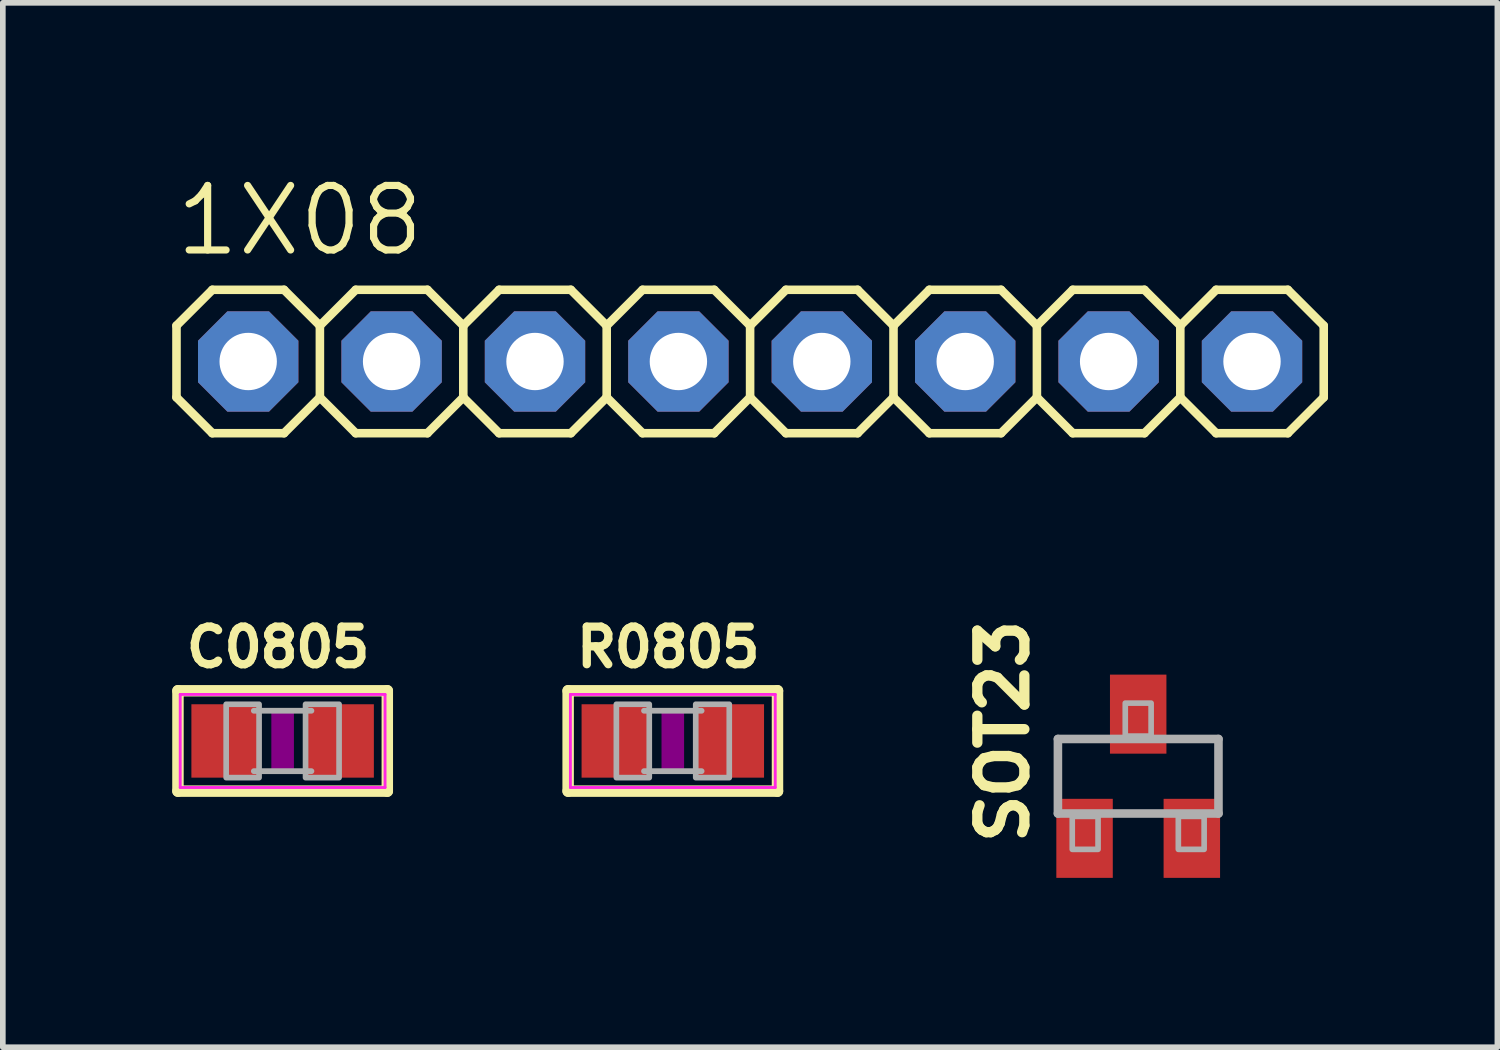
<source format=kicad_pcb>
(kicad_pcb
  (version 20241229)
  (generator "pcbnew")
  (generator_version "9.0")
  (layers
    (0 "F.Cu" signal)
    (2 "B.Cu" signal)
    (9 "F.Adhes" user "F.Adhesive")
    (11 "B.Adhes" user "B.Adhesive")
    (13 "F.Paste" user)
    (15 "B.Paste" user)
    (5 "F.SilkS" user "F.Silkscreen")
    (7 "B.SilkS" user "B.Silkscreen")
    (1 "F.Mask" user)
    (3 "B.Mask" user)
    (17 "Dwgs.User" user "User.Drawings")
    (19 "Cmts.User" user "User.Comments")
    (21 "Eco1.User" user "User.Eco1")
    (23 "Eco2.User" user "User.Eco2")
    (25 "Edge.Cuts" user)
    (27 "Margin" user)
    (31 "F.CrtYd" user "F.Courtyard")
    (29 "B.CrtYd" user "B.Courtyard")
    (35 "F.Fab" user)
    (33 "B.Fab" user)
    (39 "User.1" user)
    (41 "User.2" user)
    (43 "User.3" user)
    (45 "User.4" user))
  (footprint "C0805"
    (layer "F.Cu")
    (at 1.956 10.074)
    (property "Reference" "C0805" (at -1.778 -1.27 0) (unlocked yes) (layer "F.SilkS") (effects (font (size 0.666 0.666) (thickness 0.146)) (justify left bottom)))
    (fp_line (start -1.854 -0.889) (end 1.854 -0.889) (stroke (width 0.203) (type solid)) (layer "F.SilkS"))
    (fp_line (start -1.854 0.889) (end -1.854 -0.889) (stroke (width 0.203) (type solid)) (layer "F.SilkS"))
    (fp_line (start 1.854 -0.889) (end 1.854 0.889) (stroke (width 0.203) (type solid)) (layer "F.SilkS"))
    (fp_line (start 1.854 0.889) (end -1.854 0.889) (stroke (width 0.203) (type solid)) (layer "F.SilkS"))
    (fp_poly (pts (xy -0.2 0.5) (xy 0.2 0.5) (xy 0.2 -0.5) (xy -0.2 -0.5)) (stroke (width 0) (type default)) (fill yes) (layer "F.Adhes"))
    (fp_line (start -1.814 -0.824) (end 1.814 -0.824) (stroke (width 0.051) (type solid)) (layer "F.CrtYd"))
    (fp_line (start -1.814 0.824) (end -1.814 -0.824) (stroke (width 0.051) (type solid)) (layer "F.CrtYd"))
    (fp_line (start 1.814 -0.824) (end 1.814 0.824) (stroke (width 0.051) (type solid)) (layer "F.CrtYd"))
    (fp_line (start 1.814 0.824) (end -1.814 0.824) (stroke (width 0.051) (type solid)) (layer "F.CrtYd"))
    (fp_line (start -0.51 -0.535) (end 0.51 -0.535) (stroke (width 0.102) (type solid)) (layer "F.Fab"))
    (fp_line (start -0.51 0.535) (end 0.51 0.535) (stroke (width 0.102) (type solid)) (layer "F.Fab"))
    (fp_poly (pts (xy -1 0.65) (xy -0.417 0.65) (xy -0.417 -0.65) (xy -1 -0.65)) (stroke (width 0.1) (type default)) (fill no) (layer "F.Fab"))
    (fp_poly (pts (xy 0.406 0.65) (xy 1 0.65) (xy 1 -0.65) (xy 0.406 -0.65)) (stroke (width 0.1) (type default)) (fill no) (layer "F.Fab"))
    (pad "1" smd rect (at -1.016 0) (size 1.2 1.3) (layers "F.Cu" "F.Mask" "F.Paste"))
    (pad "2" smd rect (at 1.016 0) (size 1.2 1.3) (layers "F.Cu" "F.Mask" "F.Paste")))
  (footprint "1X08"
    (layer "F.Cu")
    (at 10.236 3.353)
    (property "Reference" "1X08" (at -10.236 -1.829 0) (unlocked yes) (layer "F.SilkS") (effects (font (size 1.143 1.143) (thickness 0.127)) (justify left bottom)))
    (fp_line (start -10.16 -0.635) (end -10.16 0.635) (stroke (width 0.152) (type solid)) (layer "F.SilkS"))
    (fp_line (start -10.16 0.635) (end -9.525 1.27) (stroke (width 0.152) (type solid)) (layer "F.SilkS"))
    (fp_line (start -9.525 -1.27) (end -10.16 -0.635) (stroke (width 0.152) (type solid)) (layer "F.SilkS"))
    (fp_line (start -9.525 -1.27) (end -8.255 -1.27) (stroke (width 0.152) (type solid)) (layer "F.SilkS"))
    (fp_line (start -8.255 -1.27) (end -7.62 -0.635) (stroke (width 0.152) (type solid)) (layer "F.SilkS"))
    (fp_line (start -8.255 1.27) (end -9.525 1.27) (stroke (width 0.152) (type solid)) (layer "F.SilkS"))
    (fp_line (start -7.62 -0.635) (end -7.62 0.635) (stroke (width 0.152) (type solid)) (layer "F.SilkS"))
    (fp_line (start -7.62 -0.635) (end -6.985 -1.27) (stroke (width 0.152) (type solid)) (layer "F.SilkS"))
    (fp_line (start -7.62 0.635) (end -8.255 1.27) (stroke (width 0.152) (type solid)) (layer "F.SilkS"))
    (fp_line (start -6.985 -1.27) (end -5.715 -1.27) (stroke (width 0.152) (type solid)) (layer "F.SilkS"))
    (fp_line (start -6.985 1.27) (end -7.62 0.635) (stroke (width 0.152) (type solid)) (layer "F.SilkS"))
    (fp_line (start -5.715 -1.27) (end -5.08 -0.635) (stroke (width 0.152) (type solid)) (layer "F.SilkS"))
    (fp_line (start -5.715 1.27) (end -6.985 1.27) (stroke (width 0.152) (type solid)) (layer "F.SilkS"))
    (fp_line (start -5.08 -0.635) (end -5.08 0.635) (stroke (width 0.152) (type solid)) (layer "F.SilkS"))
    (fp_line (start -5.08 -0.635) (end -4.445 -1.27) (stroke (width 0.152) (type solid)) (layer "F.SilkS"))
    (fp_line (start -5.08 0.635) (end -5.715 1.27) (stroke (width 0.152) (type solid)) (layer "F.SilkS"))
    (fp_line (start -4.445 -1.27) (end -3.175 -1.27) (stroke (width 0.152) (type solid)) (layer "F.SilkS"))
    (fp_line (start -4.445 1.27) (end -5.08 0.635) (stroke (width 0.152) (type solid)) (layer "F.SilkS"))
    (fp_line (start -3.175 -1.27) (end -2.54 -0.635) (stroke (width 0.152) (type solid)) (layer "F.SilkS"))
    (fp_line (start -3.175 1.27) (end -4.445 1.27) (stroke (width 0.152) (type solid)) (layer "F.SilkS"))
    (fp_line (start -2.54 -0.635) (end -2.54 0.635) (stroke (width 0.152) (type solid)) (layer "F.SilkS"))
    (fp_line (start -2.54 0.635) (end -3.175 1.27) (stroke (width 0.152) (type solid)) (layer "F.SilkS"))
    (fp_line (start -2.54 0.635) (end -1.905 1.27) (stroke (width 0.152) (type solid)) (layer "F.SilkS"))
    (fp_line (start -1.905 -1.27) (end -2.54 -0.635) (stroke (width 0.152) (type solid)) (layer "F.SilkS"))
    (fp_line (start -1.905 -1.27) (end -0.635 -1.27) (stroke (width 0.152) (type solid)) (layer "F.SilkS"))
    (fp_line (start -0.635 -1.27) (end 0 -0.635) (stroke (width 0.152) (type solid)) (layer "F.SilkS"))
    (fp_line (start -0.635 1.27) (end -1.905 1.27) (stroke (width 0.152) (type solid)) (layer "F.SilkS"))
    (fp_line (start 0 -0.635) (end 0 0.635) (stroke (width 0.152) (type solid)) (layer "F.SilkS"))
    (fp_line (start 0 -0.635) (end 0.635 -1.27) (stroke (width 0.152) (type solid)) (layer "F.SilkS"))
    (fp_line (start 0 0.635) (end -0.635 1.27) (stroke (width 0.152) (type solid)) (layer "F.SilkS"))
    (fp_line (start 0.635 -1.27) (end 1.905 -1.27) (stroke (width 0.152) (type solid)) (layer "F.SilkS"))
    (fp_line (start 0.635 1.27) (end 0 0.635) (stroke (width 0.152) (type solid)) (layer "F.SilkS"))
    (fp_line (start 1.905 -1.27) (end 2.54 -0.635) (stroke (width 0.152) (type solid)) (layer "F.SilkS"))
    (fp_line (start 1.905 1.27) (end 0.635 1.27) (stroke (width 0.152) (type solid)) (layer "F.SilkS"))
    (fp_line (start 2.54 -0.635) (end 2.54 0.635) (stroke (width 0.152) (type solid)) (layer "F.SilkS"))
    (fp_line (start 2.54 -0.635) (end 3.175 -1.27) (stroke (width 0.152) (type solid)) (layer "F.SilkS"))
    (fp_line (start 2.54 0.635) (end 1.905 1.27) (stroke (width 0.152) (type solid)) (layer "F.SilkS"))
    (fp_line (start 3.175 -1.27) (end 4.445 -1.27) (stroke (width 0.152) (type solid)) (layer "F.SilkS"))
    (fp_line (start 3.175 1.27) (end 2.54 0.635) (stroke (width 0.152) (type solid)) (layer "F.SilkS"))
    (fp_line (start 4.445 -1.27) (end 5.08 -0.635) (stroke (width 0.152) (type solid)) (layer "F.SilkS"))
    (fp_line (start 4.445 1.27) (end 3.175 1.27) (stroke (width 0.152) (type solid)) (layer "F.SilkS"))
    (fp_line (start 5.08 -0.635) (end 5.08 0.635) (stroke (width 0.152) (type solid)) (layer "F.SilkS"))
    (fp_line (start 5.08 0.635) (end 4.445 1.27) (stroke (width 0.152) (type solid)) (layer "F.SilkS"))
    (fp_line (start 5.08 0.635) (end 5.715 1.27) (stroke (width 0.152) (type solid)) (layer "F.SilkS"))
    (fp_line (start 5.715 -1.27) (end 5.08 -0.635) (stroke (width 0.152) (type solid)) (layer "F.SilkS"))
    (fp_line (start 5.715 -1.27) (end 6.985 -1.27) (stroke (width 0.152) (type solid)) (layer "F.SilkS"))
    (fp_line (start 6.985 -1.27) (end 7.62 -0.635) (stroke (width 0.152) (type solid)) (layer "F.SilkS"))
    (fp_line (start 6.985 1.27) (end 5.715 1.27) (stroke (width 0.152) (type solid)) (layer "F.SilkS"))
    (fp_line (start 7.62 -0.635) (end 7.62 0.635) (stroke (width 0.152) (type solid)) (layer "F.SilkS"))
    (fp_line (start 7.62 0.635) (end 6.985 1.27) (stroke (width 0.152) (type solid)) (layer "F.SilkS"))
    (fp_line (start 7.62 0.635) (end 8.255 1.27) (stroke (width 0.152) (type solid)) (layer "F.SilkS"))
    (fp_line (start 8.255 -1.27) (end 7.62 -0.635) (stroke (width 0.152) (type solid)) (layer "F.SilkS"))
    (fp_line (start 8.255 -1.27) (end 9.525 -1.27) (stroke (width 0.152) (type solid)) (layer "F.SilkS"))
    (fp_line (start 9.525 -1.27) (end 10.16 -0.635) (stroke (width 0.152) (type solid)) (layer "F.SilkS"))
    (fp_line (start 9.525 1.27) (end 8.255 1.27) (stroke (width 0.152) (type solid)) (layer "F.SilkS"))
    (fp_line (start 10.16 -0.635) (end 10.16 0.635) (stroke (width 0.152) (type solid)) (layer "F.SilkS"))
    (fp_line (start 10.16 0.635) (end 9.525 1.27) (stroke (width 0.152) (type solid)) (layer "F.SilkS"))
    (fp_poly (pts (xy -9.144 0.254) (xy -8.636 0.254) (xy -8.636 -0.254) (xy -9.144 -0.254)) (stroke (width 0.1) (type default)) (fill no) (layer "F.Fab"))
    (fp_poly (pts (xy -6.604 0.254) (xy -6.096 0.254) (xy -6.096 -0.254) (xy -6.604 -0.254)) (stroke (width 0.1) (type default)) (fill no) (layer "F.Fab"))
    (fp_poly (pts (xy -4.064 0.254) (xy -3.556 0.254) (xy -3.556 -0.254) (xy -4.064 -0.254)) (stroke (width 0.1) (type default)) (fill no) (layer "F.Fab"))
    (fp_poly (pts (xy -1.524 0.254) (xy -1.016 0.254) (xy -1.016 -0.254) (xy -1.524 -0.254)) (stroke (width 0.1) (type default)) (fill no) (layer "F.Fab"))
    (fp_poly (pts (xy 1.016 0.254) (xy 1.524 0.254) (xy 1.524 -0.254) (xy 1.016 -0.254)) (stroke (width 0.1) (type default)) (fill no) (layer "F.Fab"))
    (fp_poly (pts (xy 3.556 0.254) (xy 4.064 0.254) (xy 4.064 -0.254) (xy 3.556 -0.254)) (stroke (width 0.1) (type default)) (fill no) (layer "F.Fab"))
    (fp_poly (pts (xy 6.096 0.254) (xy 6.604 0.254) (xy 6.604 -0.254) (xy 6.096 -0.254)) (stroke (width 0.1) (type default)) (fill no) (layer "F.Fab"))
    (fp_poly (pts (xy 8.636 0.254) (xy 9.144 0.254) (xy 9.144 -0.254) (xy 8.636 -0.254)) (stroke (width 0.1) (type default)) (fill no) (layer "F.Fab"))
    (pad "1" thru_hole roundrect (at -8.89 0 90) (size 1.778 1.778) (drill 1.016) (layers "*.Cu" "*.Mask") (roundrect_rratio 0.25) (chamfer_ratio 0.293) (chamfer top_left top_right bottom_left bottom_right))
    (pad "2" thru_hole roundrect (at -6.35 0 90) (size 1.778 1.778) (drill 1.016) (layers "*.Cu" "*.Mask") (roundrect_rratio 0.25) (chamfer_ratio 0.293) (chamfer top_left top_right bottom_left bottom_right))
    (pad "3" thru_hole roundrect (at -3.81 0 90) (size 1.778 1.778) (drill 1.016) (layers "*.Cu" "*.Mask") (roundrect_rratio 0.25) (chamfer_ratio 0.293) (chamfer top_left top_right bottom_left bottom_right))
    (pad "4" thru_hole roundrect (at -1.27 0 90) (size 1.778 1.778) (drill 1.016) (layers "*.Cu" "*.Mask") (roundrect_rratio 0.25) (chamfer_ratio 0.293) (chamfer top_left top_right bottom_left bottom_right))
    (pad "5" thru_hole roundrect (at 1.27 0 90) (size 1.778 1.778) (drill 1.016) (layers "*.Cu" "*.Mask") (roundrect_rratio 0.25) (chamfer_ratio 0.293) (chamfer top_left top_right bottom_left bottom_right))
    (pad "6" thru_hole roundrect (at 3.81 0 90) (size 1.778 1.778) (drill 1.016) (layers "*.Cu" "*.Mask") (roundrect_rratio 0.25) (chamfer_ratio 0.293) (chamfer top_left top_right bottom_left bottom_right))
    (pad "7" thru_hole roundrect (at 6.35 0 90) (size 1.778 1.778) (drill 1.016) (layers "*.Cu" "*.Mask") (roundrect_rratio 0.25) (chamfer_ratio 0.293) (chamfer top_left top_right bottom_left bottom_right))
    (pad "8" thru_hole roundrect (at 8.89 0 90) (size 1.778 1.778) (drill 1.016) (layers "*.Cu" "*.Mask") (roundrect_rratio 0.25) (chamfer_ratio 0.293) (chamfer top_left top_right bottom_left bottom_right)))
  (footprint "SOT23"
    (layer "F.Cu")
    (at 17.11 10.699)
    (property "Reference" "SOT23" (at -1.905 1.27 90) (unlocked yes) (layer "F.SilkS") (effects (font (size 0.833 0.833) (thickness 0.183)) (justify left bottom)))
    (fp_line (start -1.422 -0.66) (end 1.422 -0.66) (stroke (width 0.152) (type solid)) (layer "F.Fab"))
    (fp_line (start -1.422 0.66) (end -1.422 -0.66) (stroke (width 0.152) (type solid)) (layer "F.Fab"))
    (fp_line (start 1.422 -0.66) (end 1.422 0.66) (stroke (width 0.152) (type solid)) (layer "F.Fab"))
    (fp_line (start 1.422 0.66) (end -1.422 0.66) (stroke (width 0.152) (type solid)) (layer "F.Fab"))
    (fp_poly (pts (xy -1.168 1.295) (xy -0.711 1.295) (xy -0.711 0.711) (xy -1.168 0.711)) (stroke (width 0.1) (type default)) (fill no) (layer "F.Fab"))
    (fp_poly (pts (xy -0.229 -0.711) (xy 0.229 -0.711) (xy 0.229 -1.295) (xy -0.229 -1.295)) (stroke (width 0.1) (type default)) (fill no) (layer "F.Fab"))
    (fp_poly (pts (xy 0.711 1.295) (xy 1.168 1.295) (xy 1.168 0.711) (xy 0.711 0.711)) (stroke (width 0.1) (type default)) (fill no) (layer "F.Fab"))
    (pad "1" smd rect (at -0.95 1.1) (size 1 1.4) (layers "F.Cu" "F.Mask" "F.Paste"))
    (pad "2" smd rect (at 0.95 1.1) (size 1 1.4) (layers "F.Cu" "F.Mask" "F.Paste"))
    (pad "3" smd rect (at 0 -1.1) (size 1 1.4) (layers "F.Cu" "F.Mask" "F.Paste")))
  (footprint "R0805"
    (layer "F.Cu")
    (at 8.867 10.074)
    (property "Reference" "R0805" (at -1.778 -1.27 0) (unlocked yes) (layer "F.SilkS") (effects (font (size 0.666 0.666) (thickness 0.146)) (justify left bottom)))
    (fp_line (start -1.854 -0.889) (end 1.854 -0.889) (stroke (width 0.203) (type solid)) (layer "F.SilkS"))
    (fp_line (start -1.854 0.889) (end -1.854 -0.889) (stroke (width 0.203) (type solid)) (layer "F.SilkS"))
    (fp_line (start 1.854 -0.889) (end 1.854 0.889) (stroke (width 0.203) (type solid)) (layer "F.SilkS"))
    (fp_line (start 1.854 0.889) (end -1.854 0.889) (stroke (width 0.203) (type solid)) (layer "F.SilkS"))
    (fp_poly (pts (xy -0.2 0.5) (xy 0.2 0.5) (xy 0.2 -0.5) (xy -0.2 -0.5)) (stroke (width 0) (type default)) (fill yes) (layer "F.Adhes"))
    (fp_line (start -1.814 -0.824) (end 1.814 -0.824) (stroke (width 0.051) (type solid)) (layer "F.CrtYd"))
    (fp_line (start -1.814 0.824) (end -1.814 -0.824) (stroke (width 0.051) (type solid)) (layer "F.CrtYd"))
    (fp_line (start 1.814 -0.824) (end 1.814 0.824) (stroke (width 0.051) (type solid)) (layer "F.CrtYd"))
    (fp_line (start 1.814 0.824) (end -1.814 0.824) (stroke (width 0.051) (type solid)) (layer "F.CrtYd"))
    (fp_line (start -0.51 -0.535) (end 0.51 -0.535) (stroke (width 0.102) (type solid)) (layer "F.Fab"))
    (fp_line (start -0.51 0.535) (end 0.51 0.535) (stroke (width 0.102) (type solid)) (layer "F.Fab"))
    (fp_poly (pts (xy -1 0.65) (xy -0.417 0.65) (xy -0.417 -0.65) (xy -1 -0.65)) (stroke (width 0.1) (type default)) (fill no) (layer "F.Fab"))
    (fp_poly (pts (xy 0.406 0.65) (xy 1 0.65) (xy 1 -0.65) (xy 0.406 -0.65)) (stroke (width 0.1) (type default)) (fill no) (layer "F.Fab"))
    (pad "1" smd rect (at -1.016 0) (size 1.2 1.3) (layers "F.Cu" "F.Mask" "F.Paste"))
    (pad "2" smd rect (at 1.016 0) (size 1.2 1.3) (layers "F.Cu" "F.Mask" "F.Paste")))
  (gr_rect
    (start -3 -3)
    (end 23.472 15.499)
    (stroke (width 0.1) (type default))
    (fill no)
    (layer "Edge.Cuts")))
</source>
